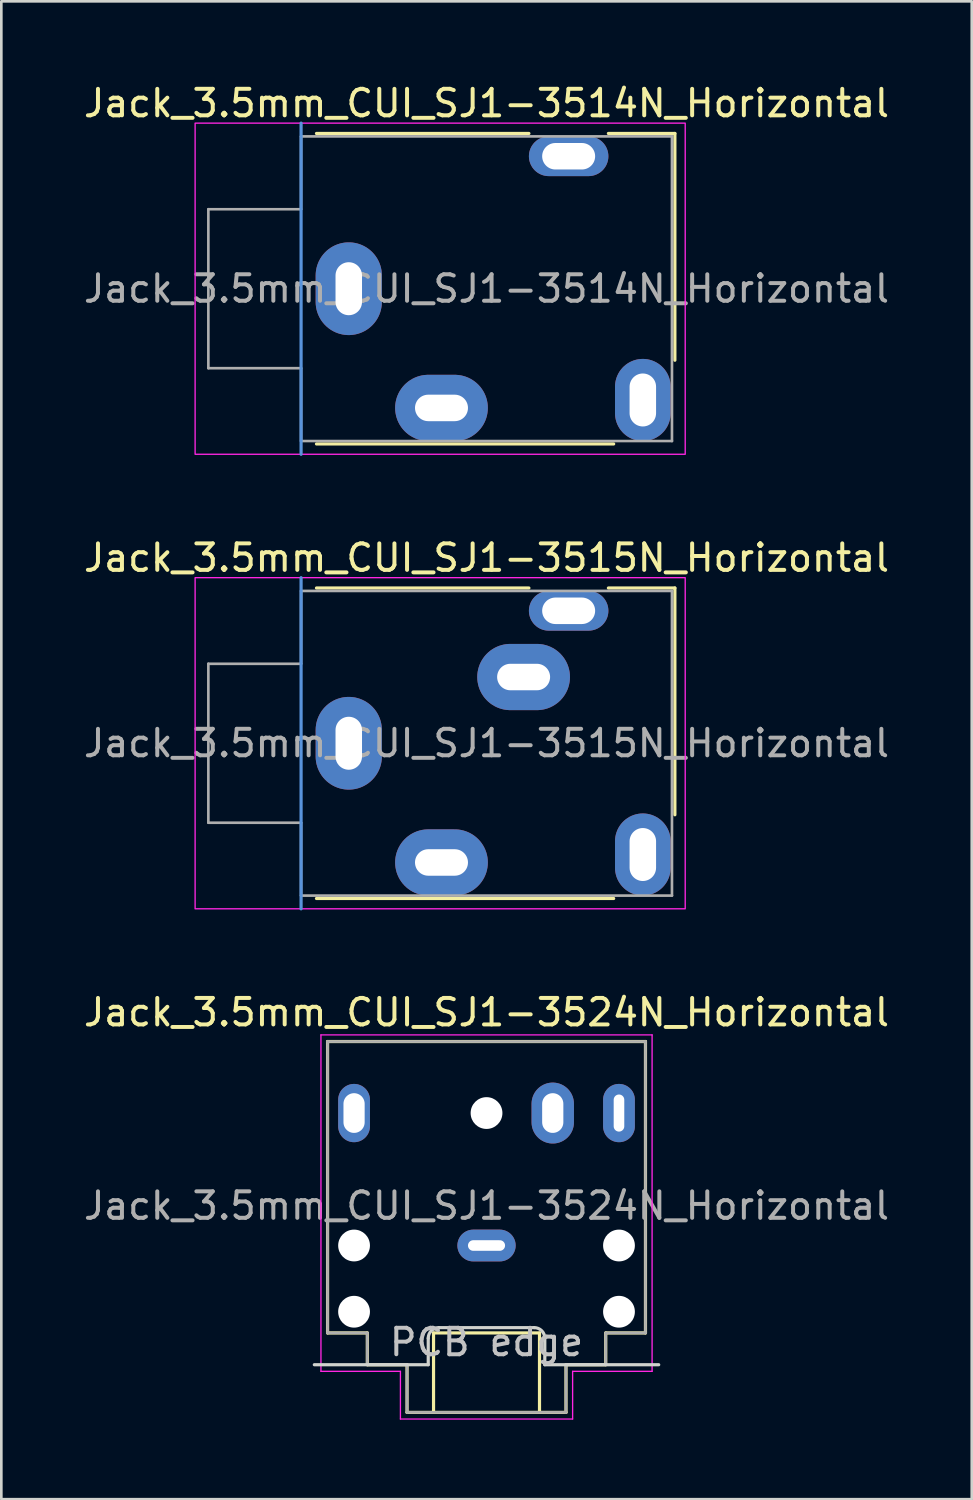
<source format=kicad_pcb>
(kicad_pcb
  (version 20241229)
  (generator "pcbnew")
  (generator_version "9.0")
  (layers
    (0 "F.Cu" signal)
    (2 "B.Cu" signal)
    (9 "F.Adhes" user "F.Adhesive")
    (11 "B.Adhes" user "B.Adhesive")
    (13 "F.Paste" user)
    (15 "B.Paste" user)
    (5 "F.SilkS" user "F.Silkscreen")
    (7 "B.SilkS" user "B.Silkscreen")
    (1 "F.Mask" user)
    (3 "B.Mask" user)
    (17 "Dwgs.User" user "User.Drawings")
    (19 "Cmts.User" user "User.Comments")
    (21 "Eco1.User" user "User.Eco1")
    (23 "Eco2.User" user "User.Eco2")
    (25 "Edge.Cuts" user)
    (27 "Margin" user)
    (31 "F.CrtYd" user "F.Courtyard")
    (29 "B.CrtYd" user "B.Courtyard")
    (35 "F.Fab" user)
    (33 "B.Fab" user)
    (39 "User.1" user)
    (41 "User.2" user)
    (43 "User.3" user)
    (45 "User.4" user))
  (footprint "Jack_3.5mm_CUI_SJ1-3515N_Horizontal"
    (layer "F.Cu")
    (at 10.115 25.006)
    (property "Reference" "Jack_3.5mm_CUI_SJ1-3515N_Horizontal" (at 5.2 -7 0) (unlocked yes) (layer "F.SilkS") (effects (font (size 1 1) (thickness 0.15))))
    (attr through_hole)
    (fp_line (start 6.8 -5.86) (end -1.219 -5.86) (stroke (width 0.12) (type solid)) (layer "F.SilkS"))
    (fp_line (start 10 5.86) (end -1.219 5.86) (stroke (width 0.12) (type solid)) (layer "F.SilkS"))
    (fp_line (start 12.31 -5.86) (end 9.8 -5.86) (stroke (width 0.12) (type solid)) (layer "F.SilkS"))
    (fp_line (start 12.31 -5.86) (end 12.31 2.7) (stroke (width 0.12) (type solid)) (layer "F.SilkS"))
    (fp_line (start -1.8 -6.25) (end -1.8 6.25) (stroke (width 0.12) (type solid)) (layer "Cmts.User"))
    (fp_rect (start -5.8 -6.25) (end 12.7 6.25) (stroke (width 0.05) (type solid)) (fill no) (layer "F.CrtYd"))
    (fp_line (start -5.3 -3) (end -5.3 3) (stroke (width 0.1) (type solid)) (layer "F.Fab"))
    (fp_line (start -1.8 -5.75) (end -1.8 -3) (stroke (width 0.1) (type solid)) (layer "F.Fab"))
    (fp_line (start -1.8 -3) (end -5.3 -3) (stroke (width 0.1) (type solid)) (layer "F.Fab"))
    (fp_line (start -1.8 3) (end -5.3 3) (stroke (width 0.1) (type solid)) (layer "F.Fab"))
    (fp_line (start -1.8 5.75) (end -1.8 3) (stroke (width 0.1) (type solid)) (layer "F.Fab"))
    (fp_line (start 12.2 -5.75) (end -1.8 -5.75) (stroke (width 0.1) (type solid)) (layer "F.Fab"))
    (fp_line (start 12.2 -5.75) (end 12.2 5.75) (stroke (width 0.1) (type solid)) (layer "F.Fab"))
    (fp_line (start 12.2 5.75) (end -1.8 5.75) (stroke (width 0.1) (type solid)) (layer "F.Fab"))
    (fp_text user "${REFERENCE}" (at 5.2 0 0) (unlocked yes) (layer "F.Fab") (effects (font (size 1 1) (thickness 0.15))))
    (pad "R" thru_hole oval (at 8.3 -5) (size 3 1.5) (drill oval 2 1) (layers "*.Cu" "*.Mask"))
    (pad "RN" thru_hole oval (at 6.6 -2.5) (size 3.5 2.5) (drill oval 2 1) (layers "*.Cu" "*.Mask"))
    (pad "S" thru_hole oval (at 0 0 270) (size 3.5 2.5) (drill oval 2 1) (layers "*.Cu" "*.Mask"))
    (pad "T" thru_hole oval (at 3.5 4.5) (size 3.5 2.5) (drill oval 2 1) (layers "*.Cu" "*.Mask"))
    (pad "TN" thru_hole oval (at 11.1 4.2 90) (size 3.1 2.1) (drill oval 2 1) (layers "*.Cu" "*.Mask")))
  (footprint "Jack_3.5mm_CUI_SJ1-3514N_Horizontal"
    (layer "F.Cu")
    (at 10.115 7.848)
    (property "Reference" "Jack_3.5mm_CUI_SJ1-3514N_Horizontal" (at 5.2 -7 0) (unlocked yes) (layer "F.SilkS") (effects (font (size 1 1) (thickness 0.15))))
    (attr through_hole)
    (fp_line (start 6.8 -5.86) (end -1.219 -5.86) (stroke (width 0.12) (type solid)) (layer "F.SilkS"))
    (fp_line (start 10 5.86) (end -1.219 5.86) (stroke (width 0.12) (type solid)) (layer "F.SilkS"))
    (fp_line (start 12.31 -5.86) (end 9.8 -5.86) (stroke (width 0.12) (type solid)) (layer "F.SilkS"))
    (fp_line (start 12.31 -5.86) (end 12.31 2.7) (stroke (width 0.12) (type solid)) (layer "F.SilkS"))
    (fp_line (start -1.8 -6.25) (end -1.8 6.25) (stroke (width 0.12) (type solid)) (layer "Cmts.User"))
    (fp_rect (start -5.8 -6.25) (end 12.7 6.25) (stroke (width 0.05) (type solid)) (fill no) (layer "F.CrtYd"))
    (fp_line (start -5.3 -3) (end -5.3 3) (stroke (width 0.1) (type solid)) (layer "F.Fab"))
    (fp_line (start -1.8 -5.75) (end -1.8 -3) (stroke (width 0.1) (type solid)) (layer "F.Fab"))
    (fp_line (start -1.8 -3) (end -5.3 -3) (stroke (width 0.1) (type solid)) (layer "F.Fab"))
    (fp_line (start -1.8 3) (end -5.3 3) (stroke (width 0.1) (type solid)) (layer "F.Fab"))
    (fp_line (start -1.8 5.75) (end -1.8 3) (stroke (width 0.1) (type solid)) (layer "F.Fab"))
    (fp_line (start 12.2 -5.75) (end -1.8 -5.75) (stroke (width 0.1) (type solid)) (layer "F.Fab"))
    (fp_line (start 12.2 -5.75) (end 12.2 5.75) (stroke (width 0.1) (type solid)) (layer "F.Fab"))
    (fp_line (start 12.2 5.75) (end -1.8 5.75) (stroke (width 0.1) (type solid)) (layer "F.Fab"))
    (fp_text user "${REFERENCE}" (at 5.2 0 0) (unlocked yes) (layer "F.Fab") (effects (font (size 1 1) (thickness 0.15))))
    (pad "R" thru_hole oval (at 8.3 -5) (size 3 1.5) (drill oval 2 1) (layers "*.Cu" "*.Mask"))
    (pad "S" thru_hole oval (at 0 0 270) (size 3.5 2.5) (drill oval 2 1) (layers "*.Cu" "*.Mask"))
    (pad "T" thru_hole oval (at 3.5 4.5) (size 3.5 2.5) (drill oval 2 1) (layers "*.Cu" "*.Mask"))
    (pad "TN" thru_hole oval (at 11.1 4.2 90) (size 3.1 2.1) (drill oval 2 1) (layers "*.Cu" "*.Mask")))
  (footprint "Jack_3.5mm_CUI_SJ1-3524N_Horizontal"
    (layer "F.Cu")
    (at 15.315 43.965)
    (property "Reference" "Jack_3.5mm_CUI_SJ1-3524N_Horizontal" (at 0 -8.8 0) (layer "F.SilkS") (effects (font (size 1 1) (thickness 0.15))))
    (attr through_hole exclude_from_pos_files exclude_from_bom)
    (fp_line (start -6 -7.7) (end 6 -7.7) (stroke (width 0.12) (type solid)) (layer "F.SilkS"))
    (fp_line (start -6 3.3) (end -6 -7.7) (stroke (width 0.12) (type solid)) (layer "F.SilkS"))
    (fp_line (start -4.5 3.3) (end -6 3.3) (stroke (width 0.12) (type solid)) (layer "F.SilkS"))
    (fp_line (start -4.5 4.5) (end -4.5 3.3) (stroke (width 0.12) (type solid)) (layer "F.SilkS"))
    (fp_line (start -3 4.5) (end -4.5 4.5) (stroke (width 0.12) (type solid)) (layer "F.SilkS"))
    (fp_line (start -3 6.3) (end -3 4.5) (stroke (width 0.12) (type solid)) (layer "F.SilkS"))
    (fp_line (start -2 3.3) (end -2 6.3) (stroke (width 0.12) (type solid)) (layer "F.SilkS"))
    (fp_line (start 2 3.3) (end -2 3.3) (stroke (width 0.12) (type solid)) (layer "F.SilkS"))
    (fp_line (start 2 6.3) (end 2 3.3) (stroke (width 0.12) (type solid)) (layer "F.SilkS"))
    (fp_line (start 3 4.5) (end 3 6.3) (stroke (width 0.12) (type solid)) (layer "F.SilkS"))
    (fp_line (start 3 6.3) (end -3 6.3) (stroke (width 0.12) (type solid)) (layer "F.SilkS"))
    (fp_line (start 4.5 3.3) (end 4.5 4.5) (stroke (width 0.12) (type solid)) (layer "F.SilkS"))
    (fp_line (start 4.5 4.5) (end 3 4.5) (stroke (width 0.12) (type solid)) (layer "F.SilkS"))
    (fp_line (start 6 -7.7) (end 6 3.3) (stroke (width 0.12) (type solid)) (layer "F.SilkS"))
    (fp_line (start 6 3.3) (end 4.5 3.3) (stroke (width 0.12) (type solid)) (layer "F.SilkS"))
    (fp_line (start -2.2 3.5) (end -2.2 4.5) (stroke (width 0.12) (type solid)) (layer "Edge.Cuts"))
    (fp_line (start -2.2 4.5) (end -6.5 4.5) (stroke (width 0.12) (type solid)) (layer "Edge.Cuts"))
    (fp_line (start 1.8 3.1) (end -1.8 3.1) (stroke (width 0.12) (type solid)) (layer "Edge.Cuts"))
    (fp_line (start 2.2 3.5) (end 2.2 4.5) (stroke (width 0.12) (type solid)) (layer "Edge.Cuts"))
    (fp_line (start 2.2 4.5) (end 6.5 4.5) (stroke (width 0.12) (type solid)) (layer "Edge.Cuts"))
    (fp_arc (start -2.2 3.5) (mid -2.082842 3.217158) (end -1.8 3.1) (stroke (width 0.12) (type solid)) (layer "Edge.Cuts"))
    (fp_arc (start 1.8 3.1) (mid 2.082843 3.217157) (end 2.2 3.5) (stroke (width 0.12) (type solid)) (layer "Edge.Cuts"))
    (fp_line (start -6.25 -7.95) (end -6.25 4.75) (stroke (width 0.05) (type solid)) (layer "F.CrtYd"))
    (fp_line (start -6.25 4.75) (end -3.25 4.75) (stroke (width 0.05) (type solid)) (layer "F.CrtYd"))
    (fp_line (start -3.25 4.75) (end -3.25 6.55) (stroke (width 0.05) (type solid)) (layer "F.CrtYd"))
    (fp_line (start -3.25 6.55) (end 3.25 6.55) (stroke (width 0.05) (type solid)) (layer "F.CrtYd"))
    (fp_line (start 3.25 4.75) (end 6.25 4.75) (stroke (width 0.05) (type solid)) (layer "F.CrtYd"))
    (fp_line (start 3.25 6.55) (end 3.25 4.75) (stroke (width 0.05) (type solid)) (layer "F.CrtYd"))
    (fp_line (start 6.25 -7.95) (end -6.25 -7.95) (stroke (width 0.05) (type solid)) (layer "F.CrtYd"))
    (fp_line (start 6.25 4.5) (end 6.25 -7.95) (stroke (width 0.05) (type solid)) (layer "F.CrtYd"))
    (fp_line (start 6.25 4.75) (end 6.25 4.5) (stroke (width 0.05) (type solid)) (layer "F.CrtYd"))
    (fp_line (start -6 -7.7) (end 6 -7.7) (stroke (width 0.1) (type solid)) (layer "F.Fab"))
    (fp_line (start -6 3.3) (end -6 -7.7) (stroke (width 0.1) (type solid)) (layer "F.Fab"))
    (fp_line (start -4.5 3.3) (end -6 3.3) (stroke (width 0.1) (type solid)) (layer "F.Fab"))
    (fp_line (start -4.5 4.5) (end -4.5 3.3) (stroke (width 0.1) (type solid)) (layer "F.Fab"))
    (fp_line (start -4.5 4.5) (end -3 4.5) (stroke (width 0.1) (type solid)) (layer "F.Fab"))
    (fp_line (start -3 4.5) (end -3 6.3) (stroke (width 0.1) (type solid)) (layer "F.Fab"))
    (fp_line (start -3 6.3) (end 3 6.3) (stroke (width 0.1) (type solid)) (layer "F.Fab"))
    (fp_line (start 3 4.5) (end 3 6.3) (stroke (width 0.1) (type solid)) (layer "F.Fab"))
    (fp_line (start 4.5 3.3) (end 6 3.3) (stroke (width 0.1) (type solid)) (layer "F.Fab"))
    (fp_line (start 4.5 4.5) (end 3 4.5) (stroke (width 0.1) (type solid)) (layer "F.Fab"))
    (fp_line (start 4.5 4.5) (end 4.5 3.3) (stroke (width 0.1) (type solid)) (layer "F.Fab"))
    (fp_line (start 6 3.3) (end 6 -7.7) (stroke (width 0.1) (type solid)) (layer "F.Fab"))
    (fp_text user "PCB edge" (at 0 3.65 0) (unlocked yes) (layer "Dwgs.User") (effects (font (size 1 1) (thickness 0.15))))
    (fp_text user "${REFERENCE}" (at 0 -1.5 0) (layer "F.Fab") (effects (font (size 1 1) (thickness 0.15))))
    (pad "" np_thru_hole circle (at -5 0) (size 1.2 1.2) (drill 1.2) (layers "*.Cu" "*.Mask"))
    (pad "" np_thru_hole circle (at -5 2.5) (size 1.2 1.2) (drill 1.2) (layers "*.Cu" "*.Mask"))
    (pad "" np_thru_hole circle (at 0 -5) (size 1.2 1.2) (drill 1.2) (layers "*.Cu" "*.Mask"))
    (pad "" np_thru_hole circle (at 5 0) (size 1.2 1.2) (drill 1.2) (layers "*.Cu" "*.Mask"))
    (pad "" np_thru_hole circle (at 5 2.5) (size 1.2 1.2) (drill 1.2) (layers "*.Cu" "*.Mask"))
    (pad "R" thru_hole oval (at -5 -5) (size 1.2 2.2) (drill oval 0.8 1.5) (layers "*.Cu" "*.Mask"))
    (pad "S" thru_hole oval (at 0 0) (size 2.2 1.2) (drill oval 1.4 0.4) (layers "*.Cu" "*.Mask"))
    (pad "T" thru_hole oval (at 5 -5 180) (size 1.2 2.2) (drill oval 0.4 1.4) (layers "*.Cu" "*.Mask"))
    (pad "TN" thru_hole oval (at 2.5 -5 180) (size 1.6 2.3) (drill oval 0.8 1.5) (layers "*.Cu" "*.Mask")))
  (gr_rect
    (start -3 -3)
    (end 33.631 53.54)
    (stroke (width 0.1) (type default))
    (fill no)
    (layer "Edge.Cuts")))
</source>
